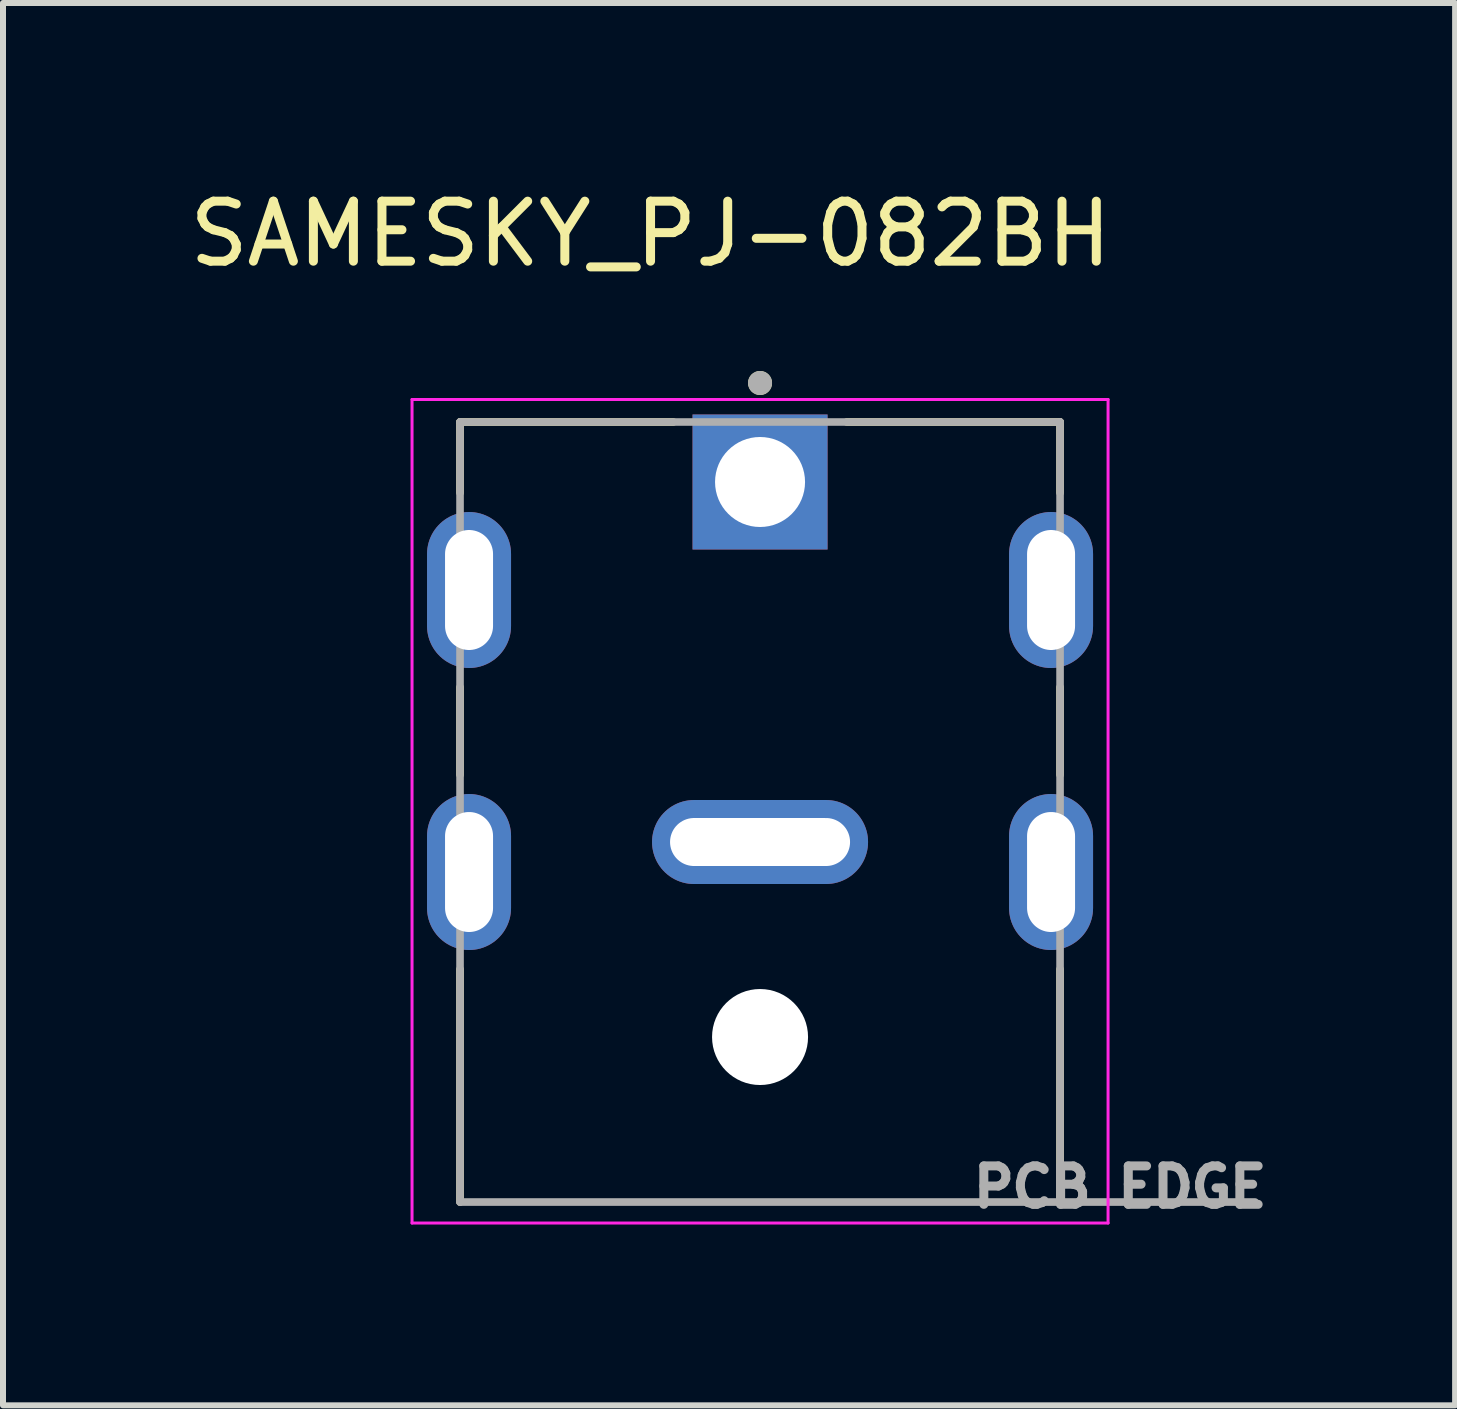
<source format=kicad_pcb>
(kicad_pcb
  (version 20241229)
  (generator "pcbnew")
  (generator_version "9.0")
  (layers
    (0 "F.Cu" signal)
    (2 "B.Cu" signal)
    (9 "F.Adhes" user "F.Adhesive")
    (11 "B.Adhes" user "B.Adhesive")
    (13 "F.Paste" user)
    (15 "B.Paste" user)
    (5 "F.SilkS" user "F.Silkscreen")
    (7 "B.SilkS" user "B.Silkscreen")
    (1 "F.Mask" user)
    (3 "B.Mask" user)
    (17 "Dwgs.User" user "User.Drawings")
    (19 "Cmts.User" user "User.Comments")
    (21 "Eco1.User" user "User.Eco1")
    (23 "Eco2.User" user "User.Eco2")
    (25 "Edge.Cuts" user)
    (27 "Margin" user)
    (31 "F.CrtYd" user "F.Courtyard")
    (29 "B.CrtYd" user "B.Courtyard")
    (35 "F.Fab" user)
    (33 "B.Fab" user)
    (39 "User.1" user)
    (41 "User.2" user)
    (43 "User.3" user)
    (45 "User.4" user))
  (footprint "SAMESKY_PJ-082BH"
    (layer "F.Cu")
    (at 9.617 14.233)
    (property "Reference" "SAMESKY_PJ-082BH" (at -1.825 -13.385 0) (layer "F.SilkS") (effects (font (size 1 1) (thickness 0.15))))
    (attr through_hole)
    (fp_line (start -5 -10.25) (end -5 -9.07) (stroke (width 0.127) (type solid)) (layer "F.SilkS"))
    (fp_line (start -5 -5.83) (end -5 -4.37) (stroke (width 0.127) (type solid)) (layer "F.SilkS"))
    (fp_line (start -5 2.75) (end -5 -1.13) (stroke (width 0.127) (type solid)) (layer "F.SilkS"))
    (fp_line (start -1.445 -10.25) (end -5 -10.25) (stroke (width 0.127) (type solid)) (layer "F.SilkS"))
    (fp_line (start 5 -10.25) (end 1.445 -10.25) (stroke (width 0.127) (type solid)) (layer "F.SilkS"))
    (fp_line (start 5 -10.25) (end 5 -9.07) (stroke (width 0.127) (type solid)) (layer "F.SilkS"))
    (fp_line (start 5 -4.37) (end 5 -5.83) (stroke (width 0.127) (type solid)) (layer "F.SilkS"))
    (fp_line (start 5 2.75) (end 5 -1.13) (stroke (width 0.127) (type solid)) (layer "F.SilkS"))
    (fp_circle (center 0 -10.9) (end 0.1 -10.9) (stroke (width 0.2) (type solid)) (fill no) (layer "F.SilkS"))
    (fp_line (start -5.8 -10.625) (end -5.8 3.1) (stroke (width 0.05) (type solid)) (layer "F.CrtYd"))
    (fp_line (start -5.8 3.1) (end 5.8 3.1) (stroke (width 0.05) (type solid)) (layer "F.CrtYd"))
    (fp_line (start 5.8 -10.625) (end -5.8 -10.625) (stroke (width 0.05) (type solid)) (layer "F.CrtYd"))
    (fp_line (start 5.8 3.1) (end 5.8 -10.625) (stroke (width 0.05) (type solid)) (layer "F.CrtYd"))
    (fp_line (start -5 -10.25) (end -5 2.75) (stroke (width 0.127) (type solid)) (layer "F.Fab"))
    (fp_line (start -5 2.75) (end 5 2.75) (stroke (width 0.127) (type solid)) (layer "F.Fab"))
    (fp_line (start 5 -10.25) (end -5 -10.25) (stroke (width 0.127) (type solid)) (layer "F.Fab"))
    (fp_line (start 5 2.75) (end 5 -10.25) (stroke (width 0.127) (type solid)) (layer "F.Fab"))
    (fp_line (start 5 2.75) (end 8.25 2.75) (stroke (width 0.127) (type solid)) (layer "F.Fab"))
    (fp_circle (center 0 -10.9) (end 0.1 -10.9) (stroke (width 0.2) (type solid)) (fill no) (layer "F.Fab"))
    (fp_text user "PCB EDGE" (at 6 2.5 0) (layer "F.Fab") (effects (font (size 0.64 0.64) (thickness 0.15))))
    (pad "" np_thru_hole circle (at 0 0) (size 1.6 1.6) (drill 1.6) (layers "*.Cu" "*.Mask"))
    (pad "1" thru_hole rect (at 0 -9.25) (size 2.25 2.25) (drill 1.5) (layers "*.Cu" "*.Mask"))
    (pad "2" thru_hole oval (at 0 -3.25) (size 3.6 1.4) (drill oval 3 0.8) (layers "*.Cu" "*.Mask"))
    (pad "SH1" thru_hole oval (at -4.85 -2.75) (size 1.4 2.6) (drill oval 0.8 2) (layers "*.Cu" "*.Mask"))
    (pad "SH2" thru_hole oval (at 4.85 -2.75) (size 1.4 2.6) (drill oval 0.8 2) (layers "*.Cu" "*.Mask"))
    (pad "SH3" thru_hole oval (at -4.85 -7.45) (size 1.4 2.6) (drill oval 0.8 2) (layers "*.Cu" "*.Mask"))
    (pad "SH4" thru_hole oval (at 4.85 -7.45) (size 1.4 2.6) (drill oval 0.8 2) (layers "*.Cu" "*.Mask")))
  (gr_rect
    (start -3 -3)
    (end 21.201 20.371)
    (stroke (width 0.1) (type default))
    (fill no)
    (layer "Edge.Cuts")))
</source>
